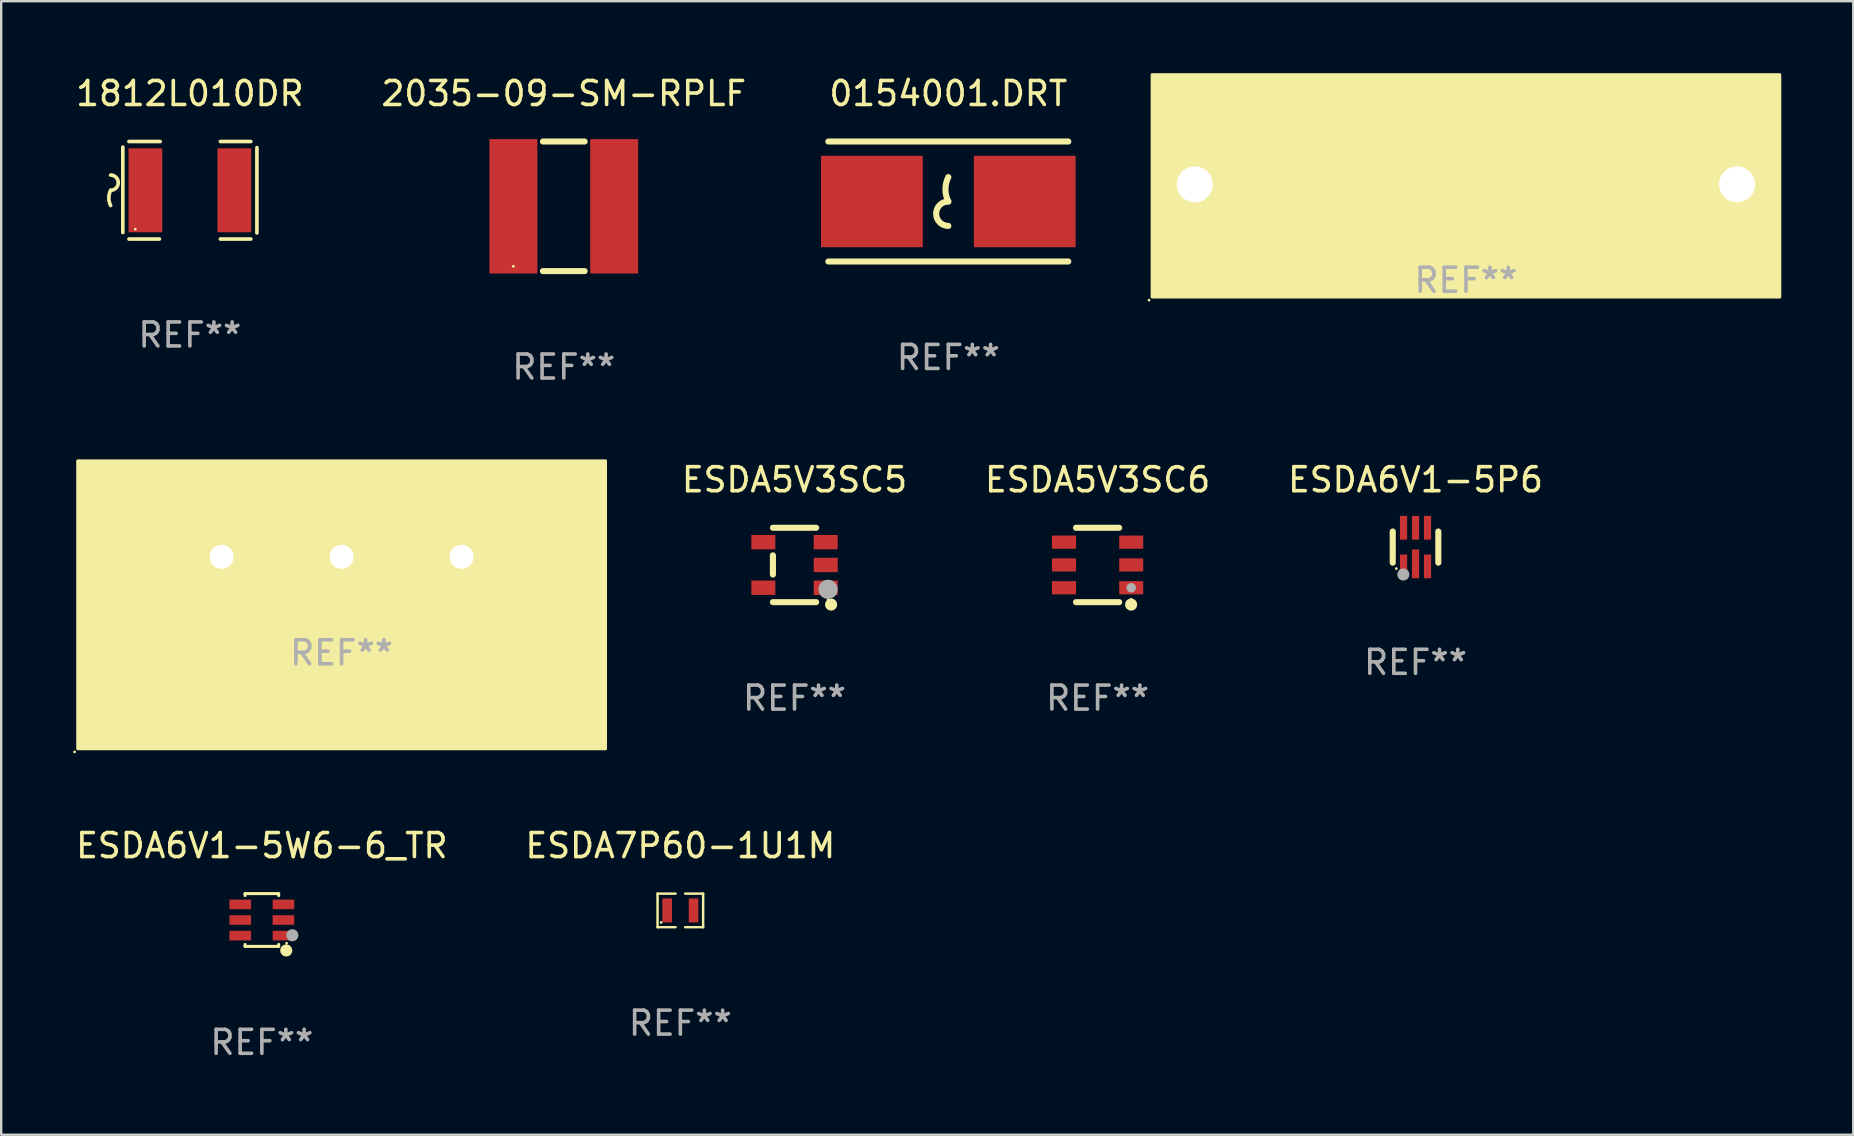
<source format=kicad_pcb>
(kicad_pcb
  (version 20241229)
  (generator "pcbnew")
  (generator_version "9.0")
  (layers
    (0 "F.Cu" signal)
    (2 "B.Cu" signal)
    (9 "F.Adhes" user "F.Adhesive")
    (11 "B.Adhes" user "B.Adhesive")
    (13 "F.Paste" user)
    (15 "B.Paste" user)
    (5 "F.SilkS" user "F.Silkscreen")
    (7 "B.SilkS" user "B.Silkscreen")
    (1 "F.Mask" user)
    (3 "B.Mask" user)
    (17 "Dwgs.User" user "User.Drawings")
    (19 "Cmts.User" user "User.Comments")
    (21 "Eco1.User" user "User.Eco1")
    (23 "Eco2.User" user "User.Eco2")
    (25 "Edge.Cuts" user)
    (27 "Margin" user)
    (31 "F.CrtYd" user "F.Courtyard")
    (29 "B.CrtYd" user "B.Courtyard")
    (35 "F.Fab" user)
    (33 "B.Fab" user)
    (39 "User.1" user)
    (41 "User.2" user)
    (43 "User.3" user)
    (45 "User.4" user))
  (footprint "ESDA5V3SC5"
    (layer "F.Cu")
    (at 30.062 20.495)
    (property "Reference" "ESDA5V3SC5" (at 0 -3.55 0) (layer "F.SilkS") (effects (font (size 1 1) (thickness 0.15))))
    (attr through_hole)
    (fp_line (start -0.9 -1.55) (end 0.9 -1.55) (stroke (width 0.254) (type solid)) (layer "F.SilkS"))
    (fp_line (start -0.9 0.4) (end -0.9 -0.4) (stroke (width 0.254) (type solid)) (layer "F.SilkS"))
    (fp_line (start -0.9 1.55) (end 0.9 1.55) (stroke (width 0.254) (type solid)) (layer "F.SilkS"))
    (fp_circle (center 1.4 1.45) (end 1.43 1.45) (stroke (width 0.06) (type solid)) (fill no) (layer "F.SilkS"))
    (fp_circle (center 1.524 1.651) (end 1.651 1.651) (stroke (width 0.254) (type solid)) (fill no) (layer "F.SilkS"))
    (fp_circle (center 1.397 1.016) (end 1.597 1.016) (stroke (width 0.4) (type solid)) (fill no) (layer "F.Fab"))
    (fp_text user "REF**" (at 0 5.55 0) (layer "F.Fab") (effects (font (size 1 1) (thickness 0.15))))
    (pad "1" smd rect (at 1.3 0.95) (size 1 0.6) (layers "F.Cu" "F.Mask" "F.Paste"))
    (pad "2" smd rect (at 1.3 -0.000051) (size 1 0.6) (layers "F.Cu" "F.Mask" "F.Paste"))
    (pad "3" smd rect (at 1.3 -0.95) (size 1 0.6) (layers "F.Cu" "F.Mask" "F.Paste"))
    (pad "4" smd rect (at -1.3 -0.95) (size 1 0.6) (layers "F.Cu" "F.Mask" "F.Paste"))
    (pad "5" smd rect (at -1.3 0.95) (size 1 0.6) (layers "F.Cu" "F.Mask" "F.Paste")))
  (footprint "ESDA6V1-5W6-6_TR"
    (layer "F.Cu")
    (at 7.863 35.292)
    (property "Reference" "ESDA6V1-5W6-6_TR" (at 0 -3.1 0) (layer "F.SilkS") (effects (font (size 1 1) (thickness 0.15))))
    (attr through_hole)
    (fp_line (start -0.7 -1.018) (end -0.7 -1.1) (stroke (width 0.127) (type solid)) (layer "F.SilkS"))
    (fp_line (start -0.7 1.1) (end -0.7 1.018) (stroke (width 0.127) (type solid)) (layer "F.SilkS"))
    (fp_line (start 0.7 -1.1) (end -0.7 -1.1) (stroke (width 0.127) (type solid)) (layer "F.SilkS"))
    (fp_line (start 0.7 -1.018) (end 0.7 -1.1) (stroke (width 0.127) (type solid)) (layer "F.SilkS"))
    (fp_line (start 0.7 1.1) (end -0.7 1.1) (stroke (width 0.127) (type solid)) (layer "F.SilkS"))
    (fp_line (start 0.7 1.1) (end 0.7 1.018) (stroke (width 0.127) (type solid)) (layer "F.SilkS"))
    (fp_circle (center 1.016 1.27) (end 1.143 1.27) (stroke (width 0.254) (type solid)) (fill no) (layer "F.SilkS"))
    (fp_circle (center 1.032 0.97) (end 1.062 0.97) (stroke (width 0.06) (type solid)) (fill no) (layer "F.SilkS"))
    (fp_circle (center 1.27 0.635) (end 1.397 0.635) (stroke (width 0.254) (type solid)) (fill no) (layer "F.Fab"))
    (fp_text user "REF**" (at 0 5.1 0) (layer "F.Fab") (effects (font (size 1 1) (thickness 0.15))))
    (pad "1" smd rect (at 0.9 0.65 90) (size 0.4 0.9) (layers "F.Cu" "F.Mask" "F.Paste"))
    (pad "2" smd rect (at 0.9 -0.000102 90) (size 0.4 0.9) (layers "F.Cu" "F.Mask" "F.Paste"))
    (pad "3" smd rect (at 0.9 -0.65 90) (size 0.4 0.9) (layers "F.Cu" "F.Mask" "F.Paste"))
    (pad "4" smd rect (at -0.9 -0.65 90) (size 0.4 0.9) (layers "F.Cu" "F.Mask" "F.Paste"))
    (pad "5" smd rect (at -0.9 -0.000102 90) (size 0.4 0.9) (layers "F.Cu" "F.Mask" "F.Paste"))
    (pad "6" smd rect (at -0.9 0.65 90) (size 0.4 0.9) (layers "F.Cu" "F.Mask" "F.Paste")))
  (footprint "1812L010DR"
    (layer "F.Cu")
    (at 4.863 4.88)
    (property "Reference" "1812L010DR" (at 0 -4.032 0) (layer "F.SilkS") (effects (font (size 1 1) (thickness 0.15))))
    (attr through_hole)
    (fp_line (start -2.794 -1.798) (end -2.794 1.758) (stroke (width 0.152) (type solid)) (layer "F.SilkS"))
    (fp_line (start -2.54 -2.032) (end -1.235 -2.032) (stroke (width 0.152) (type solid)) (layer "F.SilkS"))
    (fp_line (start -1.27 2.032) (end -2.54 2.032) (stroke (width 0.152) (type solid)) (layer "F.SilkS"))
    (fp_line (start 1.27 2.032) (end 2.54 2.032) (stroke (width 0.152) (type solid)) (layer "F.SilkS"))
    (fp_line (start 2.54 -2.032) (end 1.27 -2.032) (stroke (width 0.152) (type solid)) (layer "F.SilkS"))
    (fp_line (start 2.794 -1.778) (end 2.794 1.778) (stroke (width 0.152) (type solid)) (layer "F.SilkS"))
    (fp_arc (start -3.302007 -0.635002) (mid -2.984506 -0.317501) (end -3.302007 0) (stroke (width 0.151994) (type solid)) (layer "F.SilkS"))
    (fp_arc (start -3.302007 0.635002) (mid -3.376959 0.317501) (end -3.302007 0) (stroke (width 0.151994) (type solid)) (layer "F.SilkS"))
    (fp_circle (center -2.275 1.62) (end -2.245 1.62) (stroke (width 0.06) (type solid)) (fill no) (layer "F.SilkS"))
    (fp_text user "REF**" (at 0 6.032 0) (layer "F.Fab") (effects (font (size 1 1) (thickness 0.15))))
    (pad "1" smd rect (at -1.853 0) (size 1.407 3.499) (layers "F.Cu" "F.Mask" "F.Paste"))
    (pad "2" smd rect (at 1.853 0) (size 1.407 3.499) (layers "F.Cu" "F.Mask" "F.Paste")))
  (footprint "0154001.DRT"
    (layer "F.Cu")
    (at 36.472 5.348)
    (property "Reference" "0154001.DRT" (at 0 -4.5 0) (layer "F.SilkS") (effects (font (size 1 1) (thickness 0.15))))
    (attr through_hole)
    (fp_line (start -5 -2.5) (end 5 -2.5) (stroke (width 0.254) (type solid)) (layer "F.SilkS"))
    (fp_line (start -5 2.5) (end 5 2.5) (stroke (width 0.254) (type solid)) (layer "F.SilkS"))
    (fp_arc (start 0 0) (mid -0.119923 -0.508001) (end 0 -1.016002) (stroke (width 0.254001) (type solid)) (layer "F.SilkS"))
    (fp_arc (start 0 1.016002) (mid -0.508001 0.508001) (end 0 0) (stroke (width 0.254001) (type solid)) (layer "F.SilkS"))
    (fp_circle (center -4.865 -2.515) (end -4.835 -2.515) (stroke (width 0.06) (type solid)) (fill no) (layer "F.SilkS"))
    (fp_text user "REF**" (at 0 6.5 0) (layer "F.Fab") (effects (font (size 1 1) (thickness 0.15))))
    (pad "1" smd rect (at -3.185 0) (size 4.24 3.81) (layers "F.Cu" "F.Mask" "F.Paste"))
    (pad "2" smd rect (at 3.185 0) (size 4.24 3.81) (layers "F.Cu" "F.Mask" "F.Paste")))
  (footprint "ESDA7P60-1U1M"
    (layer "F.Cu")
    (at 25.304 34.892)
    (property "Reference" "ESDA7P60-1U1M" (at 0 -2.7 0) (layer "F.SilkS") (effects (font (size 1 1) (thickness 0.15))))
    (attr through_hole)
    (fp_line (start -0.95 -0.7) (end -0.95 0.7) (stroke (width 0.102) (type solid)) (layer "F.SilkS"))
    (fp_line (start -0.95 0.7) (end -0.2 0.7) (stroke (width 0.102) (type solid)) (layer "F.SilkS"))
    (fp_line (start -0.2 -0.7) (end -0.95 -0.7) (stroke (width 0.102) (type solid)) (layer "F.SilkS"))
    (fp_line (start 0.2 0.7) (end 0.95 0.7) (stroke (width 0.102) (type solid)) (layer "F.SilkS"))
    (fp_line (start 0.95 -0.7) (end 0.2 -0.7) (stroke (width 0.102) (type solid)) (layer "F.SilkS"))
    (fp_line (start 0.95 0.7) (end 0.95 -0.7) (stroke (width 0.102) (type solid)) (layer "F.SilkS"))
    (fp_circle (center -0.8 0.5) (end -0.77 0.5) (stroke (width 0.06) (type solid)) (fill no) (layer "F.SilkS"))
    (fp_text user "REF**" (at 0 4.7 0) (layer "F.Fab") (effects (font (size 1 1) (thickness 0.15))))
    (pad "1" smd rect (at -0.55 0.000254 90) (size 1 0.4) (layers "F.Cu" "F.Mask" "F.Paste"))
    (pad "2" smd rect (at 0.55 0.000254 90) (size 1 0.4) (layers "F.Cu" "F.Mask" "F.Paste")))
  (footprint "B72220T2321K105"
    (layer "F.Cu")
    (at 11.187 20.157)
    (property "Reference" "B72220T2321K105" (at 0 -2 0) (layer "F.SilkS") (effects (font (size 1 1) (thickness 0.15))))
    (attr through_hole)
    (fp_circle (center -11.127 8.127) (end -11.097 8.127) (stroke (width 0.06) (type solid)) (fill no) (layer "F.SilkS"))
    (fp_circle (center -10.033 -3.048) (end -9.652 -3.048) (stroke (width 0.254) (type solid)) (fill no) (layer "F.SilkS"))
    (fp_poly (pts (xy -11 -4) (xy 11 -4) (xy 11 8) (xy -11 8)) (stroke (width 0.12) (type solid)) (fill yes) (layer "F.SilkS"))
    (fp_text user "REF**" (at 0 4 0) (layer "F.Fab") (effects (font (size 1 1) (thickness 0.15))))
    (pad "1" thru_hole circle (at -5 0) (size 1.7 1.7) (drill 1) (layers "*.Cu" "*.Mask"))
    (pad "2" thru_hole circle (at 5 0) (size 1.7 1.7) (drill 1) (layers "*.Cu" "*.Mask"))
    (pad "3" thru_hole circle (at 0 0) (size 1.7 1.7) (drill 1) (layers "*.Cu" "*.Mask")))
  (footprint "ESDA5V3SC6"
    (layer "F.Cu")
    (at 42.693 20.495)
    (property "Reference" "ESDA5V3SC6" (at 0 -3.55 0) (layer "F.SilkS") (effects (font (size 1 1) (thickness 0.15))))
    (attr through_hole)
    (fp_line (start -0.9 -1.55) (end 0.9 -1.55) (stroke (width 0.254) (type solid)) (layer "F.SilkS"))
    (fp_line (start -0.9 1.55) (end 0.9 1.55) (stroke (width 0.254) (type solid)) (layer "F.SilkS"))
    (fp_circle (center 1.397 1.651) (end 1.524 1.651) (stroke (width 0.254) (type solid)) (fill no) (layer "F.SilkS"))
    (fp_circle (center 1.4 1.435) (end 1.43 1.435) (stroke (width 0.06) (type solid)) (fill no) (layer "F.SilkS"))
    (fp_circle (center 1.4 0.95) (end 1.5 0.95) (stroke (width 0.2) (type solid)) (fill no) (layer "F.Fab"))
    (fp_text user "REF**" (at 0 5.55 0) (layer "F.Fab") (effects (font (size 1 1) (thickness 0.15))))
    (pad "1" smd rect (at 1.4 0.95) (size 1 0.55) (layers "F.Cu" "F.Mask" "F.Paste"))
    (pad "2" smd rect (at 1.4 -0.000102) (size 1 0.55) (layers "F.Cu" "F.Mask" "F.Paste"))
    (pad "3" smd rect (at 1.4 -0.95) (size 1 0.55) (layers "F.Cu" "F.Mask" "F.Paste"))
    (pad "4" smd rect (at -1.4 -0.95) (size 1 0.55) (layers "F.Cu" "F.Mask" "F.Paste"))
    (pad "5" smd rect (at -1.4 -0.000102) (size 1 0.55) (layers "F.Cu" "F.Mask" "F.Paste"))
    (pad "6" smd rect (at -1.4 0.95) (size 1 0.55) (layers "F.Cu" "F.Mask" "F.Paste")))
  (footprint "64600001003"
    (layer "F.Cu")
    (at 58.045 4.632)
    (property "Reference" "64600001003" (at 0 -2 0) (layer "F.SilkS") (effects (font (size 1 1) (thickness 0.15))))
    (attr through_hole)
    (fp_circle (center -13.208 4.826) (end -13.178 4.826) (stroke (width 0.06) (type solid)) (fill no) (layer "F.SilkS"))
    (fp_poly (pts (xy -13.081 -4.572) (xy 13.081 -4.572) (xy 13.081 4.699) (xy -13.081 4.699)) (stroke (width 0.12) (type solid)) (fill yes) (layer "F.SilkS"))
    (fp_text user "REF**" (at 0 4 0) (layer "F.Fab") (effects (font (size 1 1) (thickness 0.15))))
    (pad "1" thru_hole circle (at -11.3 0) (size 2.5 2.5) (drill 1.5) (layers "*.Cu" "*.Mask"))
    (pad "2" thru_hole circle (at 11.3 0) (size 2.5 2.5) (drill 1.5) (layers "*.Cu" "*.Mask")))
  (footprint "2035-09-SM-RPLF"
    (layer "F.Cu")
    (at 20.446 5.548)
    (property "Reference" "2035-09-SM-RPLF" (at 0 -4.7 0) (layer "F.SilkS") (effects (font (size 1 1) (thickness 0.15))))
    (attr through_hole)
    (fp_line (start -0.869 -2.7) (end 0.869 -2.7) (stroke (width 0.254) (type solid)) (layer "F.SilkS"))
    (fp_line (start -0.869 2.7) (end 0.869 2.7) (stroke (width 0.254) (type solid)) (layer "F.SilkS"))
    (fp_circle (center -2.1 2.5) (end -2.07 2.5) (stroke (width 0.06) (type solid)) (fill no) (layer "F.SilkS"))
    (fp_text user "REF**" (at 0 6.7 0) (layer "F.Fab") (effects (font (size 1 1) (thickness 0.15))))
    (pad "1" smd rect (at -2.1 0) (size 2 5.6) (layers "F.Cu" "F.Mask" "F.Paste"))
    (pad "2" smd rect (at 2.1 0) (size 2 5.6) (layers "F.Cu" "F.Mask" "F.Paste")))
  (footprint "ESDA6V1-5P6"
    (layer "F.Cu")
    (at 55.943 19.75)
    (property "Reference" "ESDA6V1-5P6" (at 0 -2.805 0) (layer "F.SilkS") (effects (font (size 1 1) (thickness 0.15))))
    (attr through_hole)
    (fp_line (start -0.95 0.65) (end -0.95 -0.65) (stroke (width 0.254) (type solid)) (layer "F.SilkS"))
    (fp_line (start 0.95 0.65) (end 0.95 -0.65) (stroke (width 0.254) (type solid)) (layer "F.SilkS"))
    (fp_circle (center -0.8 0.896) (end -0.77 0.896) (stroke (width 0.06) (type solid)) (fill no) (layer "F.SilkS"))
    (fp_circle (center -0.508 1.143) (end -0.381 1.143) (stroke (width 0.254) (type solid)) (fill no) (layer "F.Fab"))
    (fp_text user "REF**" (at 0 4.805 0) (layer "F.Fab") (effects (font (size 1 1) (thickness 0.15))))
    (pad "1" smd rect (at -0.5 0.805) (size 0.3 0.99) (layers "F.Cu" "F.Mask" "F.Paste"))
    (pad "2" smd rect (at 0.000127 0.7) (size 0.3 1.2) (layers "F.Cu" "F.Mask" "F.Paste"))
    (pad "3" smd rect (at 0.5 0.805) (size 0.3 0.99) (layers "F.Cu" "F.Mask" "F.Paste"))
    (pad "4" smd rect (at 0.5 -0.805) (size 0.3 0.99) (layers "F.Cu" "F.Mask" "F.Paste"))
    (pad "5" smd rect (at 0.000127 -0.805) (size 0.3 0.99) (layers "F.Cu" "F.Mask" "F.Paste"))
    (pad "6" smd rect (at -0.5 -0.805) (size 0.3 0.99) (layers "F.Cu" "F.Mask" "F.Paste")))
  (gr_rect
    (start -3 -3)
    (end 74.186 44.24)
    (stroke (width 0.1) (type default))
    (fill no)
    (layer "Edge.Cuts")))
</source>
